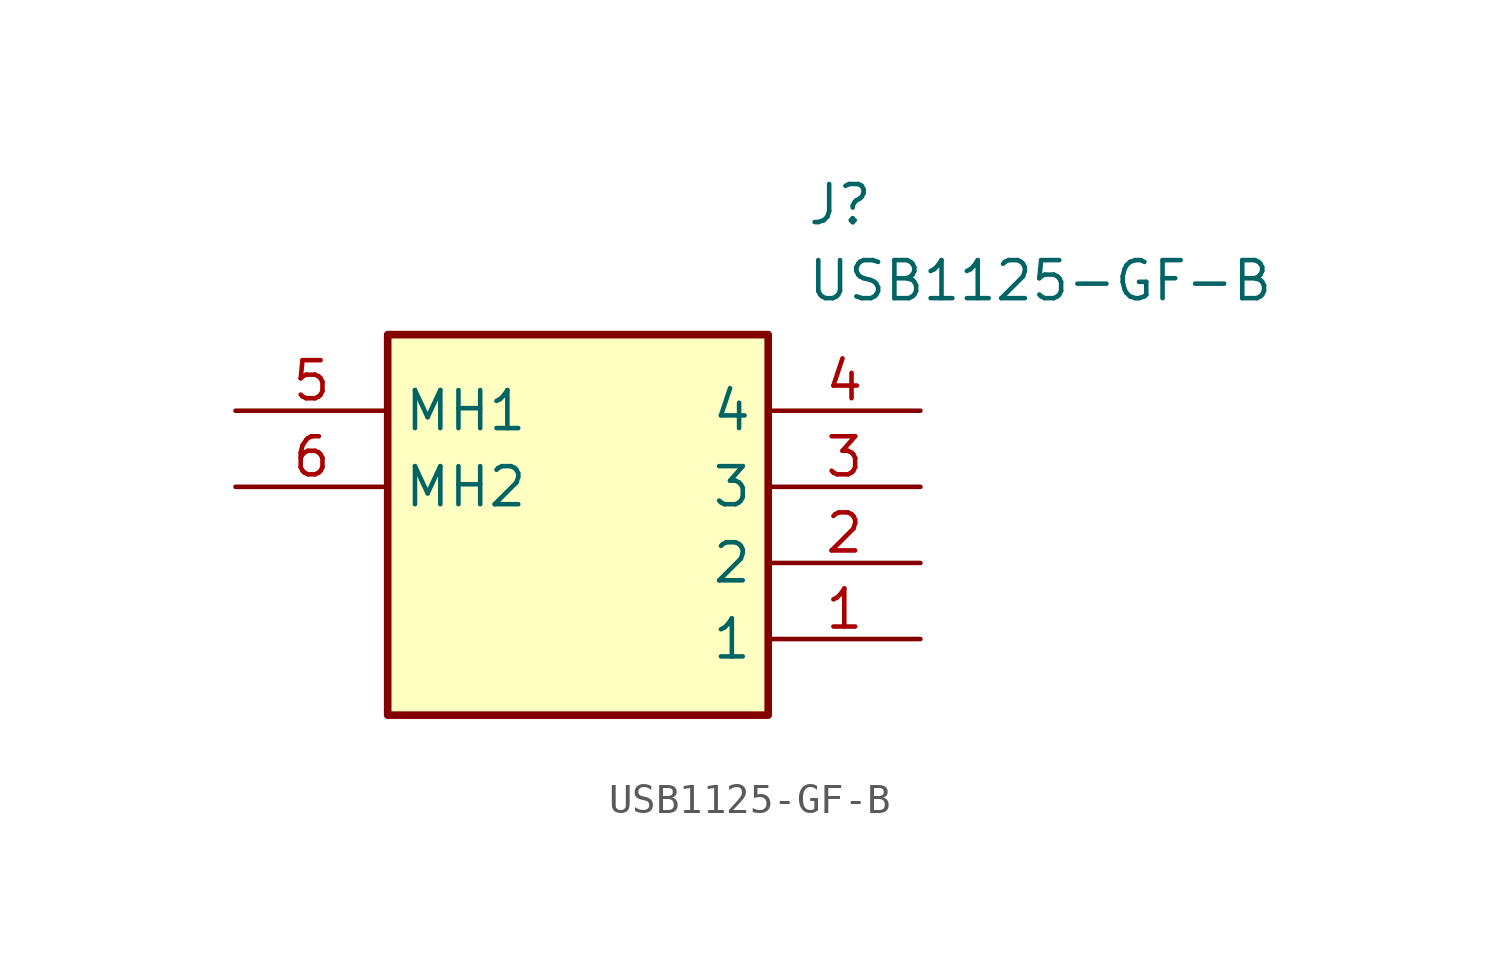
<source format=kicad_sym>
(kicad_symbol_lib
  (version 20211014)
  (generator SamacSys_ECAD_Model)
  (symbol "USB1125-GF-B"
    (property "Reference" "J"
      (at 19.05 7.62 0)
      (effects (font (size 1.27 1.27)) (justify left top)))
    (property "Value" "USB1125-GF-B"
      (at 19.05 5.08 0)
      (effects (font (size 1.27 1.27)) (justify left top)))
    (rectangle
      (start 5.08 2.54)
      (end 17.78 -10.16)
      (stroke (width 0.254) (type default))
      (fill (type background)))
    (pin passive line
      (at 22.86 -7.62 180)
      (length 5.08)
      (name "1" (effects (font (size 1.27 1.27))))
      (number "1" (effects (font (size 1.27 1.27)))))
    (pin passive line
      (at 22.86 -5.08 180)
      (length 5.08)
      (name "2" (effects (font (size 1.27 1.27))))
      (number "2" (effects (font (size 1.27 1.27)))))
    (pin passive line
      (at 22.86 -2.54 180)
      (length 5.08)
      (name "3" (effects (font (size 1.27 1.27))))
      (number "3" (effects (font (size 1.27 1.27)))))
    (pin passive line
      (at 22.86 0 180)
      (length 5.08)
      (name "4" (effects (font (size 1.27 1.27))))
      (number "4" (effects (font (size 1.27 1.27)))))
    (pin passive line
      (at 0 0 0)
      (length 5.08)
      (name "MH1" (effects (font (size 1.27 1.27))))
      (number "5" (effects (font (size 1.27 1.27)))))
    (pin passive line
      (at 0 -2.54 0)
      (length 5.08)
      (name "MH2" (effects (font (size 1.27 1.27))))
      (number "6" (effects (font (size 1.27 1.27)))))))
</source>
